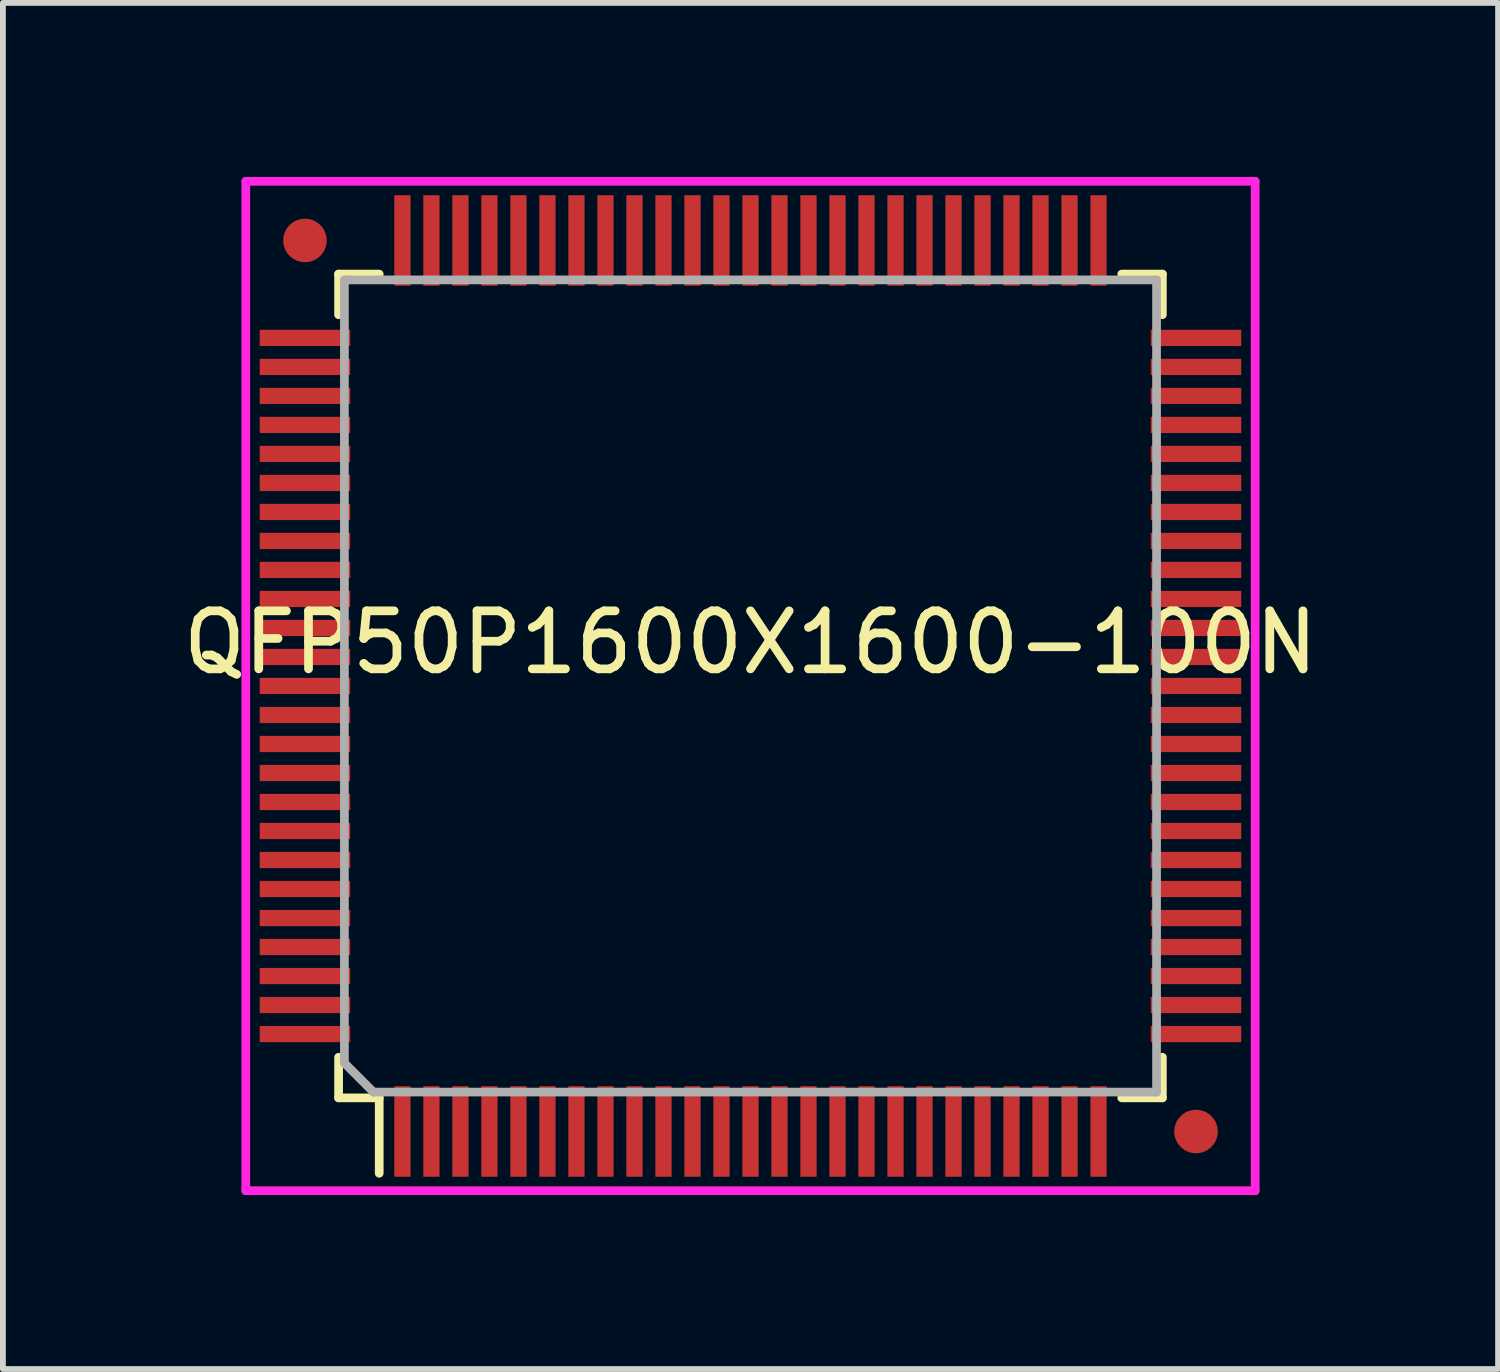
<source format=kicad_pcb>
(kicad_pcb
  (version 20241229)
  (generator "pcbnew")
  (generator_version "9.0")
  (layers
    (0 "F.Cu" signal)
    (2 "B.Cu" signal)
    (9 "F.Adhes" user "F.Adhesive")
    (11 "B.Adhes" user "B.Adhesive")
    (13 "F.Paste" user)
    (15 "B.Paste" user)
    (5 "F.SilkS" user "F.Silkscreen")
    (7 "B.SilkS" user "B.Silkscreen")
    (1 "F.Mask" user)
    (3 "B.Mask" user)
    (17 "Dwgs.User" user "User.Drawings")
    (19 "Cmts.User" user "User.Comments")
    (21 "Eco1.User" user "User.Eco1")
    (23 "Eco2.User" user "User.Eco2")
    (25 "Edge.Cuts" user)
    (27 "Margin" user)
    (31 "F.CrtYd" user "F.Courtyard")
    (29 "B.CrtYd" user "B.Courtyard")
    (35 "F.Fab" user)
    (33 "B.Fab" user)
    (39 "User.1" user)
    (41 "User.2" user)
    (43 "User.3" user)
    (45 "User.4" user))
  (footprint "QFP50P1600X1600-100N"
    (layer "F.Cu")
    (at 9.887 8.775)
    (property "Reference" "QFP50P1600X1600-100N" (at 0 -0.75 0) (layer "F.SilkS") (effects (font (size 1 1) (thickness 0.15))))
    (attr through_hole)
    (fp_line (start -7.1 -7.1) (end -7.1 -6.4) (stroke (width 0.15) (type solid)) (layer "F.SilkS"))
    (fp_line (start -7.1 6.4) (end -7.1 7.1) (stroke (width 0.15) (type solid)) (layer "F.SilkS"))
    (fp_line (start -7.1 7.1) (end -6.4 7.1) (stroke (width 0.15) (type solid)) (layer "F.SilkS"))
    (fp_line (start -6.4 -7.1) (end -7.1 -7.1) (stroke (width 0.15) (type solid)) (layer "F.SilkS"))
    (fp_line (start -6.4 7.1) (end -6.4 8.4) (stroke (width 0.15) (type solid)) (layer "F.SilkS"))
    (fp_line (start 6.4 -7.1) (end 7.1 -7.1) (stroke (width 0.15) (type solid)) (layer "F.SilkS"))
    (fp_line (start 6.4 7.1) (end 7.1 7.1) (stroke (width 0.15) (type solid)) (layer "F.SilkS"))
    (fp_line (start 7.1 -7.1) (end 7.1 -6.4) (stroke (width 0.15) (type solid)) (layer "F.SilkS"))
    (fp_line (start 7.1 7.1) (end 7.1 6.4) (stroke (width 0.15) (type solid)) (layer "F.SilkS"))
    (fp_line (start -8.7 -8.7) (end -8.7 8.7) (stroke (width 0.15) (type solid)) (layer "F.CrtYd"))
    (fp_line (start -8.7 8.7) (end 8.7 8.7) (stroke (width 0.15) (type solid)) (layer "F.CrtYd"))
    (fp_line (start 8.7 -8.7) (end -8.7 -8.7) (stroke (width 0.15) (type solid)) (layer "F.CrtYd"))
    (fp_line (start 8.7 8.7) (end 8.7 -8.7) (stroke (width 0.15) (type solid)) (layer "F.CrtYd"))
    (fp_line (start -7 -7) (end -7 6.5) (stroke (width 0.15) (type solid)) (layer "F.Fab"))
    (fp_line (start -7 6.5) (end -6.5 7) (stroke (width 0.15) (type solid)) (layer "F.Fab"))
    (fp_line (start -6.5 7) (end 7 7) (stroke (width 0.15) (type solid)) (layer "F.Fab"))
    (fp_line (start 7 -7) (end -7 -7) (stroke (width 0.15) (type solid)) (layer "F.Fab"))
    (fp_line (start 7 7) (end 7 -7) (stroke (width 0.15) (type solid)) (layer "F.Fab"))
    (pad "1" smd rect (at -6 7.68 90) (size 1.56 0.28) (layers "F.Cu" "F.Mask" "F.Paste"))
    (pad "2" smd rect (at -5.5 7.68 90) (size 1.56 0.28) (layers "F.Cu" "F.Mask" "F.Paste"))
    (pad "3" smd rect (at -5 7.68 90) (size 1.56 0.28) (layers "F.Cu" "F.Mask" "F.Paste"))
    (pad "4" smd rect (at -4.5 7.68 90) (size 1.56 0.28) (layers "F.Cu" "F.Mask" "F.Paste"))
    (pad "5" smd rect (at -4 7.68 90) (size 1.56 0.28) (layers "F.Cu" "F.Mask" "F.Paste"))
    (pad "6" smd rect (at -3.5 7.68 90) (size 1.56 0.28) (layers "F.Cu" "F.Mask" "F.Paste"))
    (pad "7" smd rect (at -3 7.68 90) (size 1.56 0.28) (layers "F.Cu" "F.Mask" "F.Paste"))
    (pad "8" smd rect (at -2.5 7.68 90) (size 1.56 0.28) (layers "F.Cu" "F.Mask" "F.Paste"))
    (pad "9" smd rect (at -2 7.68 90) (size 1.56 0.28) (layers "F.Cu" "F.Mask" "F.Paste"))
    (pad "10" smd rect (at -1.5 7.68 90) (size 1.56 0.28) (layers "F.Cu" "F.Mask" "F.Paste"))
    (pad "11" smd rect (at -1 7.68 90) (size 1.56 0.28) (layers "F.Cu" "F.Mask" "F.Paste"))
    (pad "12" smd rect (at -0.5 7.68 90) (size 1.56 0.28) (layers "F.Cu" "F.Mask" "F.Paste"))
    (pad "13" smd rect (at 0 7.68 90) (size 1.56 0.28) (layers "F.Cu" "F.Mask" "F.Paste"))
    (pad "14" smd rect (at 0.5 7.68 90) (size 1.56 0.28) (layers "F.Cu" "F.Mask" "F.Paste"))
    (pad "15" smd rect (at 1 7.68 90) (size 1.56 0.28) (layers "F.Cu" "F.Mask" "F.Paste"))
    (pad "16" smd rect (at 1.5 7.68 90) (size 1.56 0.28) (layers "F.Cu" "F.Mask" "F.Paste"))
    (pad "17" smd rect (at 2 7.68 90) (size 1.56 0.28) (layers "F.Cu" "F.Mask" "F.Paste"))
    (pad "18" smd rect (at 2.5 7.68 90) (size 1.56 0.28) (layers "F.Cu" "F.Mask" "F.Paste"))
    (pad "19" smd rect (at 3 7.68 90) (size 1.56 0.28) (layers "F.Cu" "F.Mask" "F.Paste"))
    (pad "20" smd rect (at 3.5 7.68 90) (size 1.56 0.28) (layers "F.Cu" "F.Mask" "F.Paste"))
    (pad "21" smd rect (at 4 7.68 90) (size 1.56 0.28) (layers "F.Cu" "F.Mask" "F.Paste"))
    (pad "22" smd rect (at 4.5 7.68 90) (size 1.56 0.28) (layers "F.Cu" "F.Mask" "F.Paste"))
    (pad "23" smd rect (at 5 7.68 90) (size 1.56 0.28) (layers "F.Cu" "F.Mask" "F.Paste"))
    (pad "24" smd rect (at 5.5 7.68 90) (size 1.56 0.28) (layers "F.Cu" "F.Mask" "F.Paste"))
    (pad "25" smd rect (at 6 7.68 90) (size 1.56 0.28) (layers "F.Cu" "F.Mask" "F.Paste"))
    (pad "26" smd rect (at 7.68 6) (size 1.56 0.28) (layers "F.Cu" "F.Mask" "F.Paste"))
    (pad "27" smd rect (at 7.68 5.5) (size 1.56 0.28) (layers "F.Cu" "F.Mask" "F.Paste"))
    (pad "28" smd rect (at 7.68 5) (size 1.56 0.28) (layers "F.Cu" "F.Mask" "F.Paste"))
    (pad "29" smd rect (at 7.68 4.5) (size 1.56 0.28) (layers "F.Cu" "F.Mask" "F.Paste"))
    (pad "30" smd rect (at 7.68 4) (size 1.56 0.28) (layers "F.Cu" "F.Mask" "F.Paste"))
    (pad "31" smd rect (at 7.68 3.5) (size 1.56 0.28) (layers "F.Cu" "F.Mask" "F.Paste"))
    (pad "32" smd rect (at 7.68 3) (size 1.56 0.28) (layers "F.Cu" "F.Mask" "F.Paste"))
    (pad "33" smd rect (at 7.68 2.5) (size 1.56 0.28) (layers "F.Cu" "F.Mask" "F.Paste"))
    (pad "34" smd rect (at 7.68 2) (size 1.56 0.28) (layers "F.Cu" "F.Mask" "F.Paste"))
    (pad "35" smd rect (at 7.68 1.5) (size 1.56 0.28) (layers "F.Cu" "F.Mask" "F.Paste"))
    (pad "36" smd rect (at 7.68 1) (size 1.56 0.28) (layers "F.Cu" "F.Mask" "F.Paste"))
    (pad "37" smd rect (at 7.68 0.5) (size 1.56 0.28) (layers "F.Cu" "F.Mask" "F.Paste"))
    (pad "38" smd rect (at 7.68 0) (size 1.56 0.28) (layers "F.Cu" "F.Mask" "F.Paste"))
    (pad "39" smd rect (at 7.68 -0.5) (size 1.56 0.28) (layers "F.Cu" "F.Mask" "F.Paste"))
    (pad "40" smd rect (at 7.68 -1) (size 1.56 0.28) (layers "F.Cu" "F.Mask" "F.Paste"))
    (pad "41" smd rect (at 7.68 -1.5) (size 1.56 0.28) (layers "F.Cu" "F.Mask" "F.Paste"))
    (pad "42" smd rect (at 7.68 -2) (size 1.56 0.28) (layers "F.Cu" "F.Mask" "F.Paste"))
    (pad "43" smd rect (at 7.68 -2.5) (size 1.56 0.28) (layers "F.Cu" "F.Mask" "F.Paste"))
    (pad "44" smd rect (at 7.68 -3) (size 1.56 0.28) (layers "F.Cu" "F.Mask" "F.Paste"))
    (pad "45" smd rect (at 7.68 -3.5) (size 1.56 0.28) (layers "F.Cu" "F.Mask" "F.Paste"))
    (pad "46" smd rect (at 7.68 -4) (size 1.56 0.28) (layers "F.Cu" "F.Mask" "F.Paste"))
    (pad "47" smd rect (at 7.68 -4.5) (size 1.56 0.28) (layers "F.Cu" "F.Mask" "F.Paste"))
    (pad "48" smd rect (at 7.68 -5) (size 1.56 0.28) (layers "F.Cu" "F.Mask" "F.Paste"))
    (pad "49" smd rect (at 7.68 -5.5) (size 1.56 0.28) (layers "F.Cu" "F.Mask" "F.Paste"))
    (pad "50" smd rect (at 7.68 -6) (size 1.56 0.28) (layers "F.Cu" "F.Mask" "F.Paste"))
    (pad "51" smd rect (at 6 -7.68 270) (size 1.56 0.28) (layers "F.Cu" "F.Mask" "F.Paste"))
    (pad "52" smd rect (at 5.5 -7.68 270) (size 1.56 0.28) (layers "F.Cu" "F.Mask" "F.Paste"))
    (pad "53" smd rect (at 5 -7.68 270) (size 1.56 0.28) (layers "F.Cu" "F.Mask" "F.Paste"))
    (pad "54" smd rect (at 4.5 -7.68 270) (size 1.56 0.28) (layers "F.Cu" "F.Mask" "F.Paste"))
    (pad "55" smd rect (at 4 -7.68 270) (size 1.56 0.28) (layers "F.Cu" "F.Mask" "F.Paste"))
    (pad "56" smd rect (at 3.5 -7.68 270) (size 1.56 0.28) (layers "F.Cu" "F.Mask" "F.Paste"))
    (pad "57" smd rect (at 3 -7.68 270) (size 1.56 0.28) (layers "F.Cu" "F.Mask" "F.Paste"))
    (pad "58" smd rect (at 2.5 -7.68 270) (size 1.56 0.28) (layers "F.Cu" "F.Mask" "F.Paste"))
    (pad "59" smd rect (at 2 -7.68 270) (size 1.56 0.28) (layers "F.Cu" "F.Mask" "F.Paste"))
    (pad "60" smd rect (at 1.5 -7.68 270) (size 1.56 0.28) (layers "F.Cu" "F.Mask" "F.Paste"))
    (pad "61" smd rect (at 1 -7.68 270) (size 1.56 0.28) (layers "F.Cu" "F.Mask" "F.Paste"))
    (pad "62" smd rect (at 0.5 -7.68 270) (size 1.56 0.28) (layers "F.Cu" "F.Mask" "F.Paste"))
    (pad "63" smd rect (at 0 -7.68 270) (size 1.56 0.28) (layers "F.Cu" "F.Mask" "F.Paste"))
    (pad "64" smd rect (at -0.5 -7.68 270) (size 1.56 0.28) (layers "F.Cu" "F.Mask" "F.Paste"))
    (pad "65" smd rect (at -1 -7.68 270) (size 1.56 0.28) (layers "F.Cu" "F.Mask" "F.Paste"))
    (pad "66" smd rect (at -1.5 -7.68 270) (size 1.56 0.28) (layers "F.Cu" "F.Mask" "F.Paste"))
    (pad "67" smd rect (at -2 -7.68 270) (size 1.56 0.28) (layers "F.Cu" "F.Mask" "F.Paste"))
    (pad "68" smd rect (at -2.5 -7.68 270) (size 1.56 0.28) (layers "F.Cu" "F.Mask" "F.Paste"))
    (pad "69" smd rect (at -3 -7.68 270) (size 1.56 0.28) (layers "F.Cu" "F.Mask" "F.Paste"))
    (pad "70" smd rect (at -3.5 -7.68 270) (size 1.56 0.28) (layers "F.Cu" "F.Mask" "F.Paste"))
    (pad "71" smd rect (at -4 -7.68 270) (size 1.56 0.28) (layers "F.Cu" "F.Mask" "F.Paste"))
    (pad "72" smd rect (at -4.5 -7.68 270) (size 1.56 0.28) (layers "F.Cu" "F.Mask" "F.Paste"))
    (pad "73" smd rect (at -5 -7.68 270) (size 1.56 0.28) (layers "F.Cu" "F.Mask" "F.Paste"))
    (pad "74" smd rect (at -5.5 -7.68 270) (size 1.56 0.28) (layers "F.Cu" "F.Mask" "F.Paste"))
    (pad "75" smd rect (at -6 -7.68 270) (size 1.56 0.28) (layers "F.Cu" "F.Mask" "F.Paste"))
    (pad "76" smd rect (at -7.68 -6 180) (size 1.56 0.28) (layers "F.Cu" "F.Mask" "F.Paste"))
    (pad "77" smd rect (at -7.68 -5.5 180) (size 1.56 0.28) (layers "F.Cu" "F.Mask" "F.Paste"))
    (pad "78" smd rect (at -7.68 -5 180) (size 1.56 0.28) (layers "F.Cu" "F.Mask" "F.Paste"))
    (pad "79" smd rect (at -7.68 -4.5 180) (size 1.56 0.28) (layers "F.Cu" "F.Mask" "F.Paste"))
    (pad "80" smd rect (at -7.68 -4 180) (size 1.56 0.28) (layers "F.Cu" "F.Mask" "F.Paste"))
    (pad "81" smd rect (at -7.68 -3.5 180) (size 1.56 0.28) (layers "F.Cu" "F.Mask" "F.Paste"))
    (pad "82" smd rect (at -7.68 -3 180) (size 1.56 0.28) (layers "F.Cu" "F.Mask" "F.Paste"))
    (pad "83" smd rect (at -7.68 -2.5 180) (size 1.56 0.28) (layers "F.Cu" "F.Mask" "F.Paste"))
    (pad "84" smd rect (at -7.68 -2 180) (size 1.56 0.28) (layers "F.Cu" "F.Mask" "F.Paste"))
    (pad "85" smd rect (at -7.68 -1.5 180) (size 1.56 0.28) (layers "F.Cu" "F.Mask" "F.Paste"))
    (pad "86" smd rect (at -7.68 -1 180) (size 1.56 0.28) (layers "F.Cu" "F.Mask" "F.Paste"))
    (pad "87" smd rect (at -7.68 -0.5 180) (size 1.56 0.28) (layers "F.Cu" "F.Mask" "F.Paste"))
    (pad "88" smd rect (at -7.68 0 180) (size 1.56 0.28) (layers "F.Cu" "F.Mask" "F.Paste"))
    (pad "89" smd rect (at -7.68 0.5 180) (size 1.56 0.28) (layers "F.Cu" "F.Mask" "F.Paste"))
    (pad "90" smd rect (at -7.68 1 180) (size 1.56 0.28) (layers "F.Cu" "F.Mask" "F.Paste"))
    (pad "91" smd rect (at -7.68 1.5 180) (size 1.56 0.28) (layers "F.Cu" "F.Mask" "F.Paste"))
    (pad "92" smd rect (at -7.68 2 180) (size 1.56 0.28) (layers "F.Cu" "F.Mask" "F.Paste"))
    (pad "93" smd rect (at -7.68 2.5 180) (size 1.56 0.28) (layers "F.Cu" "F.Mask" "F.Paste"))
    (pad "94" smd rect (at -7.68 3 180) (size 1.56 0.28) (layers "F.Cu" "F.Mask" "F.Paste"))
    (pad "95" smd rect (at -7.68 3.5 180) (size 1.56 0.28) (layers "F.Cu" "F.Mask" "F.Paste"))
    (pad "96" smd rect (at -7.68 4 180) (size 1.56 0.28) (layers "F.Cu" "F.Mask" "F.Paste"))
    (pad "97" smd rect (at -7.68 4.5 180) (size 1.56 0.28) (layers "F.Cu" "F.Mask" "F.Paste"))
    (pad "98" smd rect (at -7.68 5 180) (size 1.56 0.28) (layers "F.Cu" "F.Mask" "F.Paste"))
    (pad "99" smd rect (at -7.68 5.5 180) (size 1.56 0.28) (layers "F.Cu" "F.Mask" "F.Paste"))
    (pad "100" smd rect (at -7.68 6 180) (size 1.56 0.28) (layers "F.Cu" "F.Mask" "F.Paste"))
    (pad "FD1" smd circle (at 7.68 7.68 180) (size 0.75 0.75) (layers "F.Cu" "F.Mask"))
    (pad "FD2" smd circle (at -7.68 -7.68 180) (size 0.75 0.75) (layers "F.Cu" "F.Mask")))
  (gr_rect
    (start -3 -3)
    (end 22.774 20.55)
    (stroke (width 0.1) (type default))
    (fill no)
    (layer "Edge.Cuts")))
</source>
